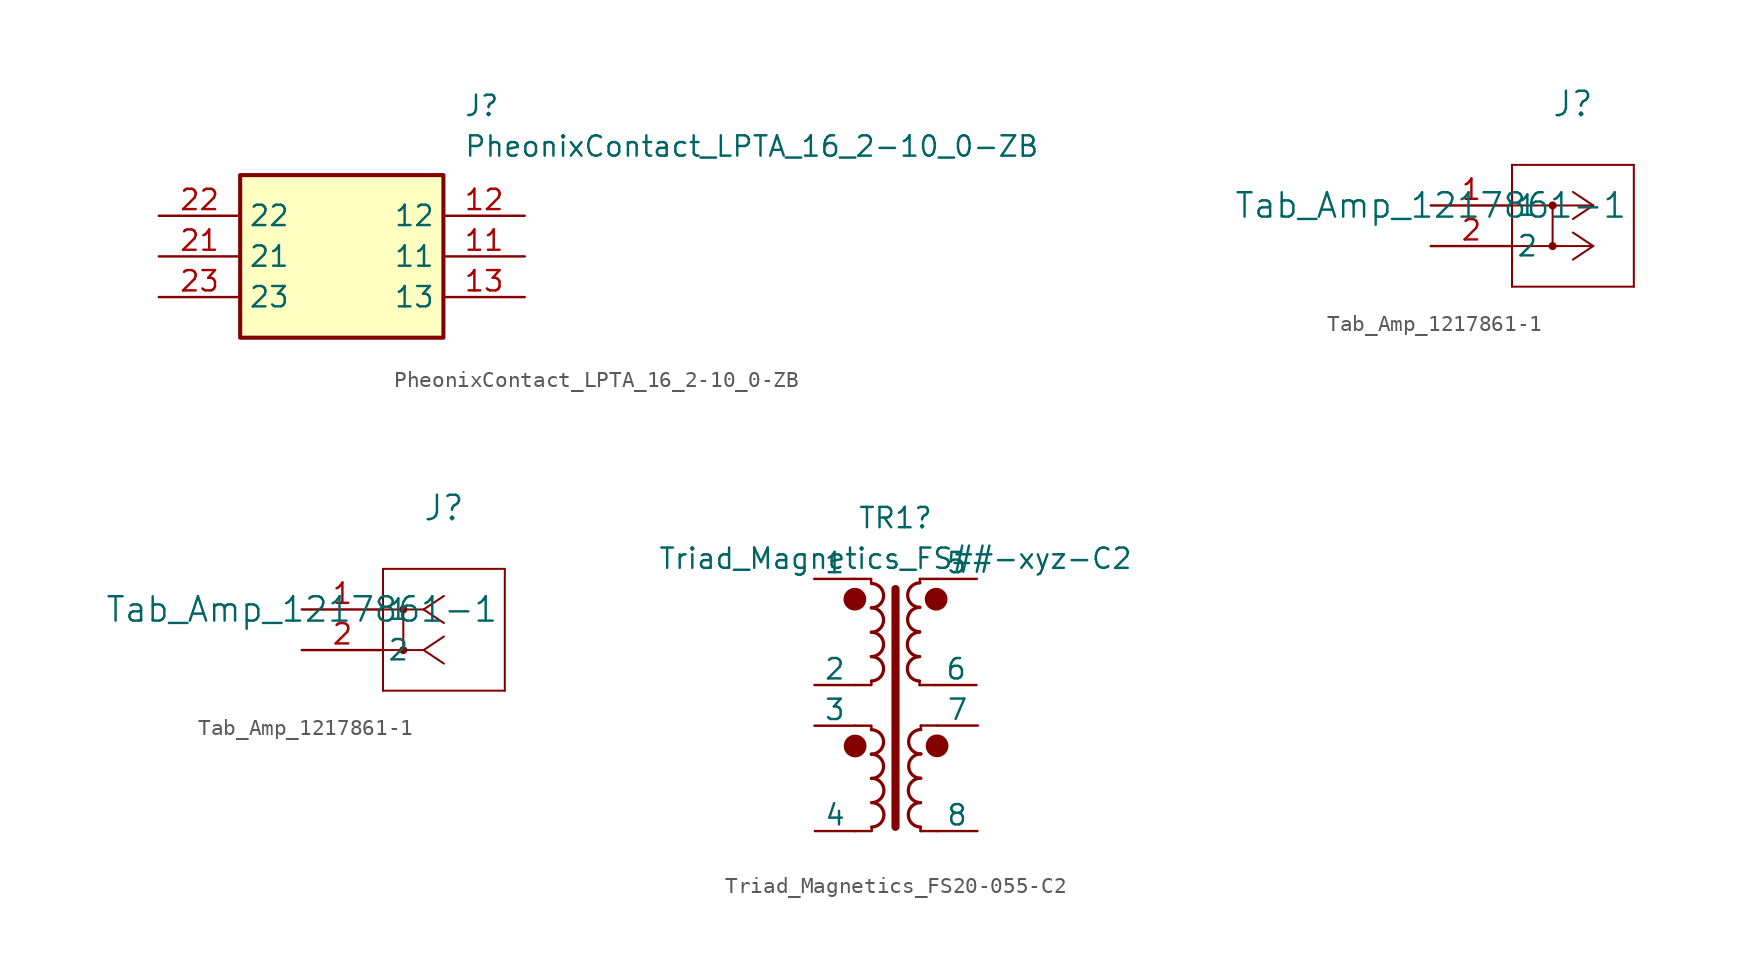
<source format=kicad_sym>
(kicad_symbol_lib
  (version 20231120)
  (generator "kicad_symbol_editor")
  (generator_version "8.0")
  (symbol "PheonixContact_LPTA_16_2-10_0-ZB"
    (property "Reference" "J"
      (at 19.05 7.62 0)
      (effects (font (size 1.27 1.27)) (justify left top)))
    (property "Value" "PheonixContact_LPTA_16_2-10_0-ZB"
      (at 19.05 5.08 0)
      (effects (font (size 1.27 1.27)) (justify left top)))
    (symbol "PheonixContact_LPTA_16_2-10_0-ZB_1_1"
      (rectangle (start 5.08 2.54) (end 17.78 -7.62) (stroke (width 0.254) (type default)) (fill (type background)))
      (pin passive line (at 22.86 -2.54 180) (length 5.08) (name "11" (effects (font (size 1.27 1.27)))) (number "11" (effects (font (size 1.27 1.27)))))
      (pin passive line (at 22.86 0 180) (length 5.08) (name "12" (effects (font (size 1.27 1.27)))) (number "12" (effects (font (size 1.27 1.27)))))
      (pin passive line (at 22.86 -5.08 180) (length 5.08) (name "13" (effects (font (size 1.27 1.27)))) (number "13" (effects (font (size 1.27 1.27)))))
      (pin passive line (at 0 -2.54 0) (length 5.08) (name "21" (effects (font (size 1.27 1.27)))) (number "21" (effects (font (size 1.27 1.27)))))
      (pin passive line (at 0 0 0) (length 5.08) (name "22" (effects (font (size 1.27 1.27)))) (number "22" (effects (font (size 1.27 1.27)))))
      (pin passive line (at 0 -5.08 0) (length 5.08) (name "23" (effects (font (size 1.27 1.27)))) (number "23" (effects (font (size 1.27 1.27)))))))
  (symbol "Tab_Amp_1217861-1"
    (pin_names
      (offset 0.254))
    (property "Reference" "J"
      (at 8.89 6.35 0)
      (effects (font (size 1.524 1.524))))
    (property "Value" "Tab_Amp_1217861-1"
      (at 0 0 0)
      (effects (font (size 1.524 1.524))))
    (property "ki_locked" ""
      (at 0 0 0)
      (effects (font (size 1.27 1.27))))
    (symbol "Tab_Amp_1217861-1_1_1"
      (polyline (pts (xy 5.08 -5.08) (xy 12.7 -5.08)) (stroke (width 0.127) (type default)) (fill (type none)))
      (polyline (pts (xy 5.08 2.54) (xy 5.08 -5.08)) (stroke (width 0.127) (type default)) (fill (type none)))
      (polyline (pts (xy 7.62 0) (xy 7.62 -2.54)) (stroke (width 0.127) (type default)) (fill (type none)))
      (polyline (pts (xy 10.16 -2.54) (xy 5.08 -2.54)) (stroke (width 0.127) (type default)) (fill (type none)))
      (polyline (pts (xy 10.16 -2.54) (xy 8.89 -3.387)) (stroke (width 0.127) (type default)) (fill (type none)))
      (polyline (pts (xy 10.16 -2.54) (xy 8.89 -1.693)) (stroke (width 0.127) (type default)) (fill (type none)))
      (polyline (pts (xy 10.16 0) (xy 5.08 0)) (stroke (width 0.127) (type default)) (fill (type none)))
      (polyline (pts (xy 10.16 0) (xy 8.89 -0.847)) (stroke (width 0.127) (type default)) (fill (type none)))
      (polyline (pts (xy 10.16 0) (xy 8.89 0.847)) (stroke (width 0.127) (type default)) (fill (type none)))
      (polyline (pts (xy 12.7 -5.08) (xy 12.7 2.54)) (stroke (width 0.127) (type default)) (fill (type none)))
      (polyline (pts (xy 12.7 2.54) (xy 5.08 2.54)) (stroke (width 0.127) (type default)) (fill (type none)))
      (circle (center 7.62 -2.54) (radius 0.127) (stroke (width 0.254) (type default)) (fill (type none)))
      (circle (center 7.62 0) (radius 0.127) (stroke (width 0.254) (type default)) (fill (type none)))
      (pin unspecified line (at 0 0 0) (length 5.08) (name "1" (effects (font (size 1.27 1.27)))) (number "1" (effects (font (size 1.27 1.27)))))
      (pin unspecified line (at 0 -2.54 0) (length 5.08) (name "2" (effects (font (size 1.27 1.27)))) (number "2" (effects (font (size 1.27 1.27))))))
    (symbol "Tab_Amp_1217861-1_1_2"
      (polyline (pts (xy 5.08 -5.08) (xy 12.7 -5.08)) (stroke (width 0.127) (type default)) (fill (type none)))
      (polyline (pts (xy 5.08 2.54) (xy 5.08 -5.08)) (stroke (width 0.127) (type default)) (fill (type none)))
      (polyline (pts (xy 6.35 0) (xy 6.35 -2.54)) (stroke (width 0.127) (type default)) (fill (type none)))
      (polyline (pts (xy 7.62 -2.54) (xy 5.08 -2.54)) (stroke (width 0.127) (type default)) (fill (type none)))
      (polyline (pts (xy 7.62 -2.54) (xy 8.89 -3.387)) (stroke (width 0.127) (type default)) (fill (type none)))
      (polyline (pts (xy 7.62 -2.54) (xy 8.89 -1.693)) (stroke (width 0.127) (type default)) (fill (type none)))
      (polyline (pts (xy 7.62 0) (xy 5.08 0)) (stroke (width 0.127) (type default)) (fill (type none)))
      (polyline (pts (xy 7.62 0) (xy 8.89 -0.847)) (stroke (width 0.127) (type default)) (fill (type none)))
      (polyline (pts (xy 7.62 0) (xy 8.89 0.847)) (stroke (width 0.127) (type default)) (fill (type none)))
      (polyline (pts (xy 12.7 -5.08) (xy 12.7 2.54)) (stroke (width 0.127) (type default)) (fill (type none)))
      (polyline (pts (xy 12.7 2.54) (xy 5.08 2.54)) (stroke (width 0.127) (type default)) (fill (type none)))
      (circle (center 6.35 -2.54) (radius 0.127) (stroke (width 0.254) (type default)) (fill (type none)))
      (circle (center 6.35 0) (radius 0.127) (stroke (width 0.254) (type default)) (fill (type none)))
      (pin unspecified line (at 0 0 0) (length 5.08) (name "1" (effects (font (size 1.27 1.27)))) (number "1" (effects (font (size 1.27 1.27)))))
      (pin unspecified line (at 0 -2.54 0) (length 5.08) (name "2" (effects (font (size 1.27 1.27)))) (number "2" (effects (font (size 1.27 1.27)))))))
  (symbol "Triad_Magnetics_FS20-055-C2"
    (pin_numbers hide)
    (pin_names
      (offset 0))
    (property "Reference" "TR1"
      (at 0 13.97 0)
      (effects (font (size 1.27 1.27))))
    (property "Value" "Triad_Magnetics_FS##-xyz-C2"
      (at 0 11.43 0)
      (effects (font (size 1.27 1.27))))
    (symbol "Triad_Magnetics_FS20-055-C2_0_1"
      (arc (start -1.5071 -0.7927) (mid -0.7484 -0.0307) (end -1.5071 0.7313) (stroke (width 0.2032) (type default)) (fill (type none)))
      (arc (start -1.5071 3.7793) (mid -0.7484 4.5413) (end -1.5071 5.3033) (stroke (width 0.2032) (type default)) (fill (type none)))
      (arc (start -1.5071 5.3033) (mid -0.7484 6.0653) (end -1.5071 6.8273) (stroke (width 0.2032) (type default)) (fill (type none)))
      (arc (start -1.5071 6.8273) (mid -0.7484 7.5893) (end -1.5071 8.3513) (stroke (width 0.2032) (type default)) (fill (type none)))
      (arc (start -1.5068 -2.3185) (mid -0.7481 -1.5565) (end -1.5068 -0.7945) (stroke (width 0.2032) (type default)) (fill (type none)))
      (arc (start -1.5059 8.3489) (mid -0.7472 9.1109) (end -1.5059 9.8729) (stroke (width 0.2032) (type default)) (fill (type none)))
      (arc (start -1.4857 -5.3467) (mid -0.727 -4.5847) (end -1.4857 -3.8227) (stroke (width 0.2032) (type default)) (fill (type none)))
      (arc (start -1.4857 -3.8227) (mid -0.727 -3.0607) (end -1.4857 -2.2987) (stroke (width 0.2032) (type default)) (fill (type none)))
      (polyline (pts (xy 1.504 3.525) (xy 1.504 3.779) (xy 1.504 3.779)) (stroke (width 0) (type default)) (fill (type outline)))
      (polyline (pts (xy 1.504 3.525) (xy 2.52 3.525) (xy 2.52 3.525)) (stroke (width 0) (type default)) (fill (type none)))
      (polyline (pts (xy 1.524 10.16) (xy 1.524 9.906) (xy 1.524 9.906)) (stroke (width 0) (type default)) (fill (type outline)))
      (polyline (pts (xy 1.524 10.16) (xy 2.54 10.16) (xy 2.54 10.16)) (stroke (width 0) (type default)) (fill (type none)))
      (polyline (pts (xy 1.562 -5.347) (xy 1.562 -5.601) (xy 1.562 -5.601)) (stroke (width 0) (type default)) (fill (type outline)))
      (polyline (pts (xy 1.582 0.995) (xy 1.582 0.741) (xy 1.582 0.741)) (stroke (width 0) (type default)) (fill (type outline)))
      (polyline (pts (xy 1.582 0.995) (xy 2.598 0.995) (xy 2.598 0.995)) (stroke (width 0) (type default)) (fill (type none)))
      (polyline (pts (xy 2.578 -5.601) (xy 1.562 -5.601) (xy 1.562 -5.601)) (stroke (width 0) (type default)) (fill (type none)))
      (polyline (pts (xy -1.524 9.906) (xy -1.524 10.16) (xy -2.54 10.16) (xy -2.54 10.16)) (stroke (width 0) (type default)) (fill (type none)))
      (polyline (pts (xy -1.507 0.731) (xy -1.507 0.985) (xy -2.523 0.985) (xy -2.523 0.985)) (stroke (width 0) (type default)) (fill (type none)))
      (polyline (pts (xy -1.507 3.779) (xy -1.507 3.525) (xy -2.523 3.525) (xy -2.523 3.525)) (stroke (width 0) (type default)) (fill (type none)))
      (polyline (pts (xy -1.486 -5.347) (xy -1.486 -5.601) (xy -2.502 -5.601) (xy -2.502 -5.601)) (stroke (width 0) (type default)) (fill (type none)))
      (rectangle (start 0 9.525) (end 0 -5.334) (stroke (width 0.508) (type default)) (fill (type outline)))
      (arc (start 1.5043 5.3026) (mid 0.7456 4.5406) (end 1.5043 3.7786) (stroke (width 0.2032) (type default)) (fill (type none)))
      (arc (start 1.5043 6.8266) (mid 0.7456 6.0646) (end 1.5043 5.3026) (stroke (width 0.2032) (type default)) (fill (type none)))
      (arc (start 1.5162 8.3819) (mid 0.7575 7.6199) (end 1.5162 6.8579) (stroke (width 0.2032) (type default)) (fill (type none)))
      (arc (start 1.524 9.906) (mid 0.7653 9.144) (end 1.524 8.382) (stroke (width 0.2032) (type default)) (fill (type none)))
      (arc (start 1.5623 -3.8227) (mid 0.8036 -4.5847) (end 1.5623 -5.3467) (stroke (width 0.2032) (type default)) (fill (type none)))
      (arc (start 1.5623 -2.2987) (mid 0.8036 -3.0607) (end 1.5623 -3.8227) (stroke (width 0.2032) (type default)) (fill (type none)))
      (arc (start 1.5818 0.7414) (mid 0.8231 -0.0206) (end 1.5818 -0.7826) (stroke (width 0.2032) (type default)) (fill (type none)))
      (arc (start 1.5845 -0.7783) (mid 0.8258 -1.5403) (end 1.5845 -2.3023) (stroke (width 0.2032) (type default)) (fill (type none))))
    (symbol "Triad_Magnetics_FS20-055-C2_1_1"
      (circle (center -2.54 8.89) (radius 0.635) (stroke (width 0) (type default)) (fill (type outline)))
      (circle (center -2.523 -0.285) (radius 0.635) (stroke (width 0) (type default)) (fill (type outline)))
      (circle (center 2.54 8.89) (radius 0.635) (stroke (width 0) (type default)) (fill (type outline)))
      (circle (center 2.598 -0.275) (radius 0.635) (stroke (width 0) (type default)) (fill (type outline)))
      (pin passive line (at -5.08 10.16 0) (length 2.54) (name "1" (effects (font (size 1.27 1.27)))) (number "1" (effects (font (size 1.27 1.27)))))
      (pin passive line (at -5.063 3.525 0) (length 2.54) (name "2" (effects (font (size 1.27 1.27)))) (number "2" (effects (font (size 1.27 1.27)))))
      (pin passive line (at -5.063 0.985 0) (length 2.54) (name "3" (effects (font (size 1.27 1.27)))) (number "3" (effects (font (size 1.27 1.27)))))
      (pin passive line (at -5.042 -5.601 0) (length 2.54) (name "4" (effects (font (size 1.27 1.27)))) (number "4" (effects (font (size 1.27 1.27)))))
      (pin passive line (at 5.118 -5.601 180) (length 2.54) (name "8" (effects (font (size 1.27 1.27)))) (number "5" (effects (font (size 1.27 1.27)))))
      (pin passive line (at 5.149 0.993 180) (length 2.54) (name "7" (effects (font (size 1.27 1.27)))) (number "6" (effects (font (size 1.27 1.27)))))
      (pin passive line (at 5.06 3.525 180) (length 2.54) (name "6" (effects (font (size 1.27 1.27)))) (number "7" (effects (font (size 1.27 1.27)))))
      (pin passive line (at 5.08 10.16 180) (length 2.54) (name "5" (effects (font (size 1.27 1.27)))) (number "8" (effects (font (size 1.27 1.27))))))))
</source>
